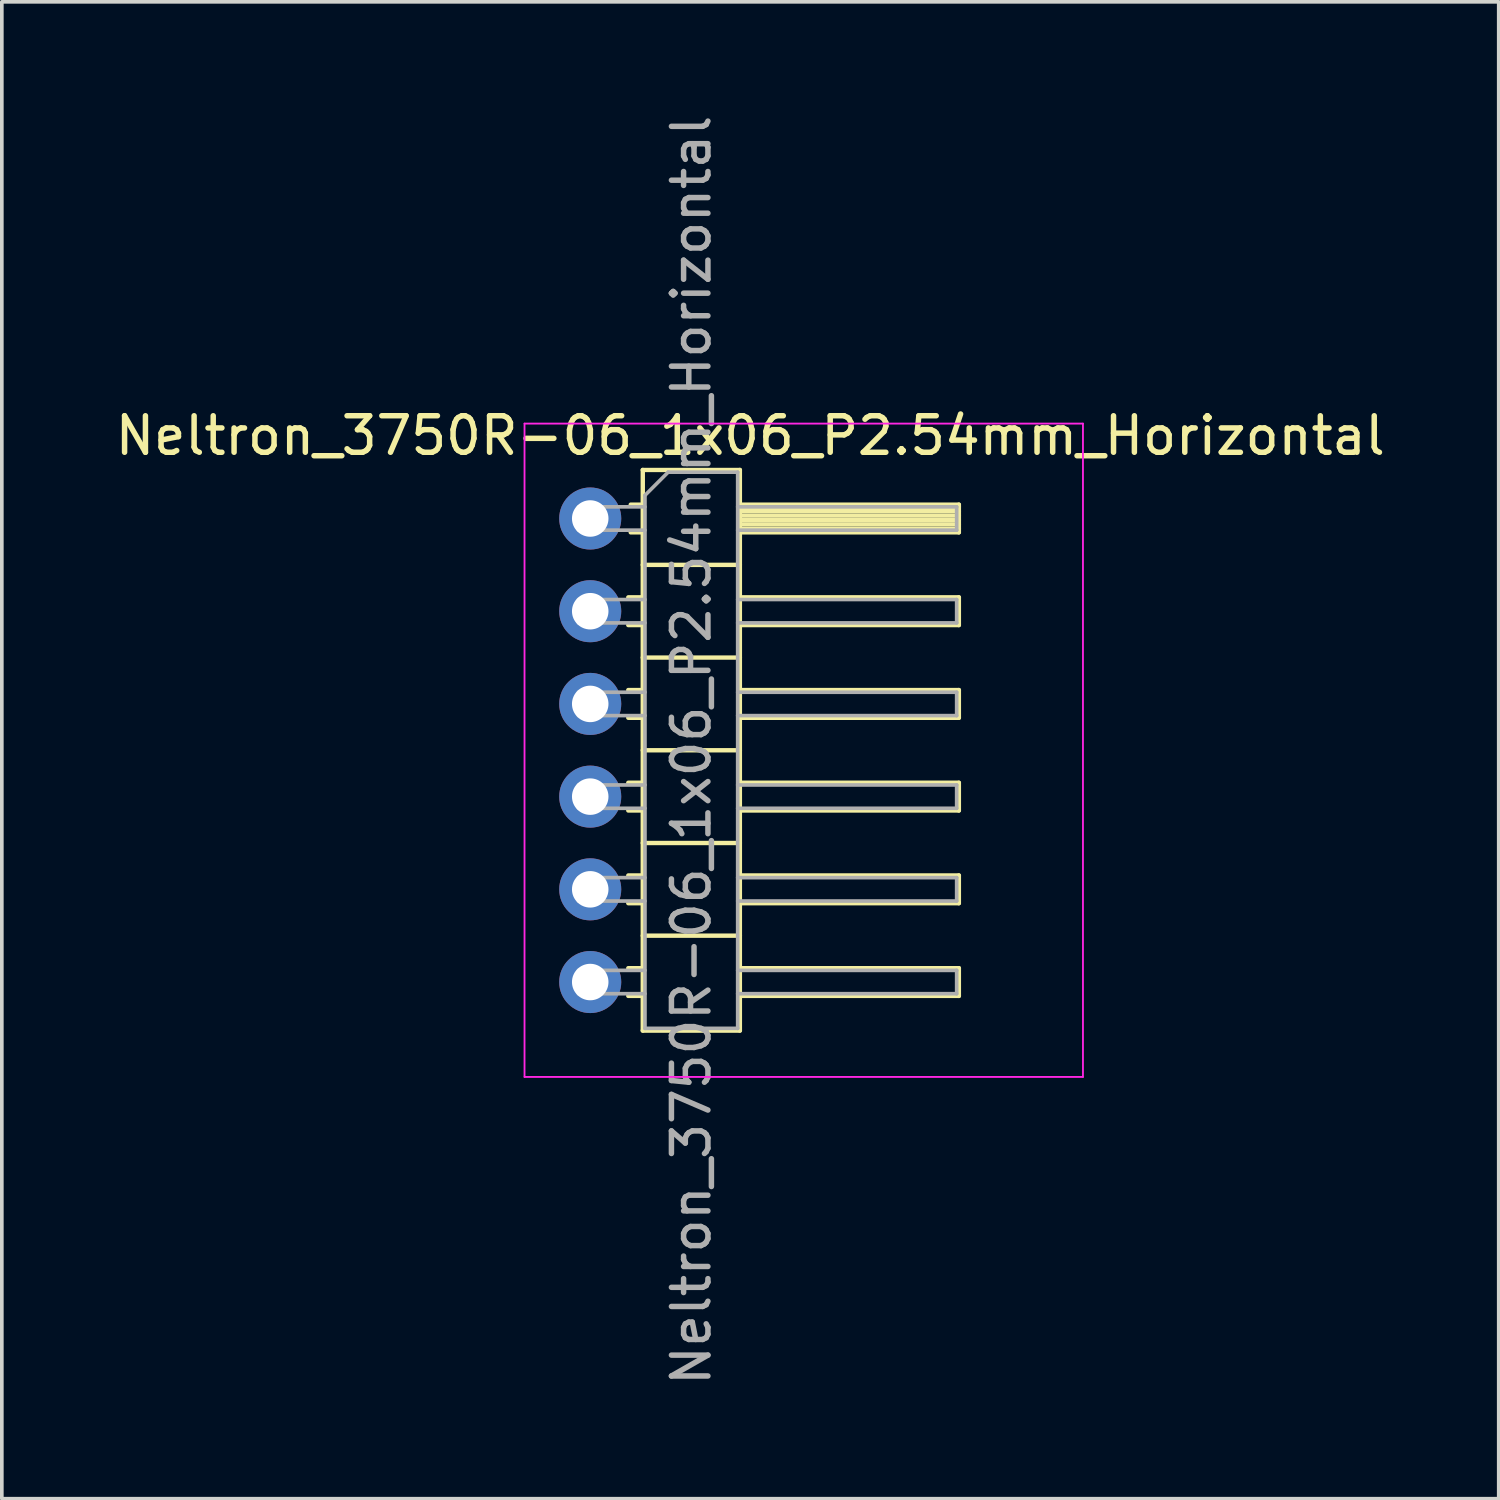
<source format=kicad_pcb>
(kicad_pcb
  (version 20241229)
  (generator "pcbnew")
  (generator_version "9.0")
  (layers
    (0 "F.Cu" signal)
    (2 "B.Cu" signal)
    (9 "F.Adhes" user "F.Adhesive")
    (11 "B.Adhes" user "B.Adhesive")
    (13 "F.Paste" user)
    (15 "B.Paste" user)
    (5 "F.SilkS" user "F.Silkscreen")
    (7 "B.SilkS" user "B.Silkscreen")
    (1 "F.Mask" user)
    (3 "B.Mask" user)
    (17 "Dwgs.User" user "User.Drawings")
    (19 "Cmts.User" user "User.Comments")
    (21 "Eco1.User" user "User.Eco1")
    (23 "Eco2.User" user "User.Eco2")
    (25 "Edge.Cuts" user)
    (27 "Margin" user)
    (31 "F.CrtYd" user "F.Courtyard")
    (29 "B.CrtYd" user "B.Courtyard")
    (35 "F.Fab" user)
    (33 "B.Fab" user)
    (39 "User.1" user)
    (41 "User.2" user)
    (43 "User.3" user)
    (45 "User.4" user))
  (footprint "Neltron_3750R-06_1x06_P2.54mm_Horizontal"
    (layer "F.Cu")
    (at 13.121 11.156)
    (property "Reference" "Neltron_3750R-06_1x06_P2.54mm_Horizontal" (at 4.385 -2.27 0) (layer "F.SilkS") (effects (font (size 1 1) (thickness 0.15))))
    (attr through_hole)
    (fp_line (start 1.043 2.16) (end 1.44 2.16) (stroke (width 0.12) (type solid)) (layer "F.SilkS"))
    (fp_line (start 1.043 2.92) (end 1.44 2.92) (stroke (width 0.12) (type solid)) (layer "F.SilkS"))
    (fp_line (start 1.043 4.7) (end 1.44 4.7) (stroke (width 0.12) (type solid)) (layer "F.SilkS"))
    (fp_line (start 1.043 5.46) (end 1.44 5.46) (stroke (width 0.12) (type solid)) (layer "F.SilkS"))
    (fp_line (start 1.043 7.24) (end 1.44 7.24) (stroke (width 0.12) (type solid)) (layer "F.SilkS"))
    (fp_line (start 1.043 8) (end 1.44 8) (stroke (width 0.12) (type solid)) (layer "F.SilkS"))
    (fp_line (start 1.043 9.78) (end 1.44 9.78) (stroke (width 0.12) (type solid)) (layer "F.SilkS"))
    (fp_line (start 1.043 10.54) (end 1.44 10.54) (stroke (width 0.12) (type solid)) (layer "F.SilkS"))
    (fp_line (start 1.043 12.32) (end 1.44 12.32) (stroke (width 0.12) (type solid)) (layer "F.SilkS"))
    (fp_line (start 1.043 13.08) (end 1.44 13.08) (stroke (width 0.12) (type solid)) (layer "F.SilkS"))
    (fp_line (start 1.11 -0.38) (end 1.44 -0.38) (stroke (width 0.12) (type solid)) (layer "F.SilkS"))
    (fp_line (start 1.11 0.38) (end 1.44 0.38) (stroke (width 0.12) (type solid)) (layer "F.SilkS"))
    (fp_line (start 1.44 -1.33) (end 1.44 14.03) (stroke (width 0.12) (type solid)) (layer "F.SilkS"))
    (fp_line (start 1.44 1.27) (end 4.1 1.27) (stroke (width 0.12) (type solid)) (layer "F.SilkS"))
    (fp_line (start 1.44 3.81) (end 4.1 3.81) (stroke (width 0.12) (type solid)) (layer "F.SilkS"))
    (fp_line (start 1.44 6.35) (end 4.1 6.35) (stroke (width 0.12) (type solid)) (layer "F.SilkS"))
    (fp_line (start 1.44 8.89) (end 4.1 8.89) (stroke (width 0.12) (type solid)) (layer "F.SilkS"))
    (fp_line (start 1.44 11.43) (end 4.1 11.43) (stroke (width 0.12) (type solid)) (layer "F.SilkS"))
    (fp_line (start 1.44 14.03) (end 4.1 14.03) (stroke (width 0.12) (type solid)) (layer "F.SilkS"))
    (fp_line (start 4.1 -1.33) (end 1.44 -1.33) (stroke (width 0.12) (type solid)) (layer "F.SilkS"))
    (fp_line (start 4.1 -0.38) (end 10.1 -0.38) (stroke (width 0.12) (type solid)) (layer "F.SilkS"))
    (fp_line (start 4.1 -0.32) (end 10.1 -0.32) (stroke (width 0.12) (type solid)) (layer "F.SilkS"))
    (fp_line (start 4.1 -0.2) (end 10.1 -0.2) (stroke (width 0.12) (type solid)) (layer "F.SilkS"))
    (fp_line (start 4.1 -0.08) (end 10.1 -0.08) (stroke (width 0.12) (type solid)) (layer "F.SilkS"))
    (fp_line (start 4.1 0.04) (end 10.1 0.04) (stroke (width 0.12) (type solid)) (layer "F.SilkS"))
    (fp_line (start 4.1 0.16) (end 10.1 0.16) (stroke (width 0.12) (type solid)) (layer "F.SilkS"))
    (fp_line (start 4.1 0.28) (end 10.1 0.28) (stroke (width 0.12) (type solid)) (layer "F.SilkS"))
    (fp_line (start 4.1 2.16) (end 10.1 2.16) (stroke (width 0.12) (type solid)) (layer "F.SilkS"))
    (fp_line (start 4.1 4.7) (end 10.1 4.7) (stroke (width 0.12) (type solid)) (layer "F.SilkS"))
    (fp_line (start 4.1 7.24) (end 10.1 7.24) (stroke (width 0.12) (type solid)) (layer "F.SilkS"))
    (fp_line (start 4.1 9.78) (end 10.1 9.78) (stroke (width 0.12) (type solid)) (layer "F.SilkS"))
    (fp_line (start 4.1 12.32) (end 10.1 12.32) (stroke (width 0.12) (type solid)) (layer "F.SilkS"))
    (fp_line (start 4.1 14.03) (end 4.1 -1.33) (stroke (width 0.12) (type solid)) (layer "F.SilkS"))
    (fp_line (start 10.1 -0.38) (end 10.1 0.38) (stroke (width 0.12) (type solid)) (layer "F.SilkS"))
    (fp_line (start 10.1 0.38) (end 4.1 0.38) (stroke (width 0.12) (type solid)) (layer "F.SilkS"))
    (fp_line (start 10.1 2.16) (end 10.1 2.92) (stroke (width 0.12) (type solid)) (layer "F.SilkS"))
    (fp_line (start 10.1 2.92) (end 4.1 2.92) (stroke (width 0.12) (type solid)) (layer "F.SilkS"))
    (fp_line (start 10.1 4.7) (end 10.1 5.46) (stroke (width 0.12) (type solid)) (layer "F.SilkS"))
    (fp_line (start 10.1 5.46) (end 4.1 5.46) (stroke (width 0.12) (type solid)) (layer "F.SilkS"))
    (fp_line (start 10.1 7.24) (end 10.1 8) (stroke (width 0.12) (type solid)) (layer "F.SilkS"))
    (fp_line (start 10.1 8) (end 4.1 8) (stroke (width 0.12) (type solid)) (layer "F.SilkS"))
    (fp_line (start 10.1 9.78) (end 10.1 10.54) (stroke (width 0.12) (type solid)) (layer "F.SilkS"))
    (fp_line (start 10.1 10.54) (end 4.1 10.54) (stroke (width 0.12) (type solid)) (layer "F.SilkS"))
    (fp_line (start 10.1 12.32) (end 10.1 13.08) (stroke (width 0.12) (type solid)) (layer "F.SilkS"))
    (fp_line (start 10.1 13.08) (end 4.1 13.08) (stroke (width 0.12) (type solid)) (layer "F.SilkS"))
    (fp_line (start -1.8 -2.6) (end -1.8 15.3) (stroke (width 0.05) (type solid)) (layer "F.CrtYd"))
    (fp_line (start -1.8 15.3) (end 13.5 15.3) (stroke (width 0.05) (type solid)) (layer "F.CrtYd"))
    (fp_line (start 13.5 -2.6) (end -1.8 -2.6) (stroke (width 0.05) (type solid)) (layer "F.CrtYd"))
    (fp_line (start 13.5 15.3) (end 13.5 -2.6) (stroke (width 0.05) (type solid)) (layer "F.CrtYd"))
    (fp_line (start -0.32 -0.32) (end -0.32 0.32) (stroke (width 0.1) (type solid)) (layer "F.Fab"))
    (fp_line (start -0.32 -0.32) (end 1.5 -0.32) (stroke (width 0.1) (type solid)) (layer "F.Fab"))
    (fp_line (start -0.32 0.32) (end 1.5 0.32) (stroke (width 0.1) (type solid)) (layer "F.Fab"))
    (fp_line (start -0.32 2.22) (end -0.32 2.86) (stroke (width 0.1) (type solid)) (layer "F.Fab"))
    (fp_line (start -0.32 2.22) (end 1.5 2.22) (stroke (width 0.1) (type solid)) (layer "F.Fab"))
    (fp_line (start -0.32 2.86) (end 1.5 2.86) (stroke (width 0.1) (type solid)) (layer "F.Fab"))
    (fp_line (start -0.32 4.76) (end -0.32 5.4) (stroke (width 0.1) (type solid)) (layer "F.Fab"))
    (fp_line (start -0.32 4.76) (end 1.5 4.76) (stroke (width 0.1) (type solid)) (layer "F.Fab"))
    (fp_line (start -0.32 5.4) (end 1.5 5.4) (stroke (width 0.1) (type solid)) (layer "F.Fab"))
    (fp_line (start -0.32 7.3) (end -0.32 7.94) (stroke (width 0.1) (type solid)) (layer "F.Fab"))
    (fp_line (start -0.32 7.3) (end 1.5 7.3) (stroke (width 0.1) (type solid)) (layer "F.Fab"))
    (fp_line (start -0.32 7.94) (end 1.5 7.94) (stroke (width 0.1) (type solid)) (layer "F.Fab"))
    (fp_line (start -0.32 9.84) (end -0.32 10.48) (stroke (width 0.1) (type solid)) (layer "F.Fab"))
    (fp_line (start -0.32 9.84) (end 1.5 9.84) (stroke (width 0.1) (type solid)) (layer "F.Fab"))
    (fp_line (start -0.32 10.48) (end 1.5 10.48) (stroke (width 0.1) (type solid)) (layer "F.Fab"))
    (fp_line (start -0.32 12.38) (end -0.32 13.02) (stroke (width 0.1) (type solid)) (layer "F.Fab"))
    (fp_line (start -0.32 12.38) (end 1.5 12.38) (stroke (width 0.1) (type solid)) (layer "F.Fab"))
    (fp_line (start -0.32 13.02) (end 1.5 13.02) (stroke (width 0.1) (type solid)) (layer "F.Fab"))
    (fp_line (start 1.5 -0.635) (end 2.135 -1.27) (stroke (width 0.1) (type solid)) (layer "F.Fab"))
    (fp_line (start 1.5 13.97) (end 1.5 -0.635) (stroke (width 0.1) (type solid)) (layer "F.Fab"))
    (fp_line (start 2.135 -1.27) (end 4.04 -1.27) (stroke (width 0.1) (type solid)) (layer "F.Fab"))
    (fp_line (start 4.04 -1.27) (end 4.04 13.97) (stroke (width 0.1) (type solid)) (layer "F.Fab"))
    (fp_line (start 4.04 -0.32) (end 10.04 -0.32) (stroke (width 0.1) (type solid)) (layer "F.Fab"))
    (fp_line (start 4.04 0.32) (end 10.04 0.32) (stroke (width 0.1) (type solid)) (layer "F.Fab"))
    (fp_line (start 4.04 2.22) (end 10.04 2.22) (stroke (width 0.1) (type solid)) (layer "F.Fab"))
    (fp_line (start 4.04 2.86) (end 10.04 2.86) (stroke (width 0.1) (type solid)) (layer "F.Fab"))
    (fp_line (start 4.04 4.76) (end 10.04 4.76) (stroke (width 0.1) (type solid)) (layer "F.Fab"))
    (fp_line (start 4.04 5.4) (end 10.04 5.4) (stroke (width 0.1) (type solid)) (layer "F.Fab"))
    (fp_line (start 4.04 7.3) (end 10.04 7.3) (stroke (width 0.1) (type solid)) (layer "F.Fab"))
    (fp_line (start 4.04 7.94) (end 10.04 7.94) (stroke (width 0.1) (type solid)) (layer "F.Fab"))
    (fp_line (start 4.04 9.84) (end 10.04 9.84) (stroke (width 0.1) (type solid)) (layer "F.Fab"))
    (fp_line (start 4.04 10.48) (end 10.04 10.48) (stroke (width 0.1) (type solid)) (layer "F.Fab"))
    (fp_line (start 4.04 12.38) (end 10.04 12.38) (stroke (width 0.1) (type solid)) (layer "F.Fab"))
    (fp_line (start 4.04 13.02) (end 10.04 13.02) (stroke (width 0.1) (type solid)) (layer "F.Fab"))
    (fp_line (start 4.04 13.97) (end 1.5 13.97) (stroke (width 0.1) (type solid)) (layer "F.Fab"))
    (fp_line (start 10.04 -0.32) (end 10.04 0.32) (stroke (width 0.1) (type solid)) (layer "F.Fab"))
    (fp_line (start 10.04 2.22) (end 10.04 2.86) (stroke (width 0.1) (type solid)) (layer "F.Fab"))
    (fp_line (start 10.04 4.76) (end 10.04 5.4) (stroke (width 0.1) (type solid)) (layer "F.Fab"))
    (fp_line (start 10.04 7.3) (end 10.04 7.94) (stroke (width 0.1) (type solid)) (layer "F.Fab"))
    (fp_line (start 10.04 9.84) (end 10.04 10.48) (stroke (width 0.1) (type solid)) (layer "F.Fab"))
    (fp_line (start 10.04 12.38) (end 10.04 13.02) (stroke (width 0.1) (type solid)) (layer "F.Fab"))
    (fp_text user "${REFERENCE}" (at 2.77 6.35 90) (layer "F.Fab") (effects (font (size 1 1) (thickness 0.15))))
    (pad "1" thru_hole circle (at 0 0) (size 1.7 1.7) (drill 1) (layers "*.Cu" "*.Mask"))
    (pad "2" thru_hole circle (at 0 2.54) (size 1.7 1.7) (drill 1) (layers "*.Cu" "*.Mask"))
    (pad "3" thru_hole circle (at 0 5.08) (size 1.7 1.7) (drill 1) (layers "*.Cu" "*.Mask"))
    (pad "4" thru_hole circle (at 0 7.62) (size 1.7 1.7) (drill 1) (layers "*.Cu" "*.Mask"))
    (pad "5" thru_hole circle (at 0 10.16) (size 1.7 1.7) (drill 1) (layers "*.Cu" "*.Mask"))
    (pad "6" thru_hole circle (at 0 12.7) (size 1.7 1.7) (drill 1) (layers "*.Cu" "*.Mask")))
  (gr_rect
    (start -3 -3)
    (end 38.012 38.012)
    (stroke (width 0.1) (type default))
    (fill no)
    (layer "Edge.Cuts")))
</source>
